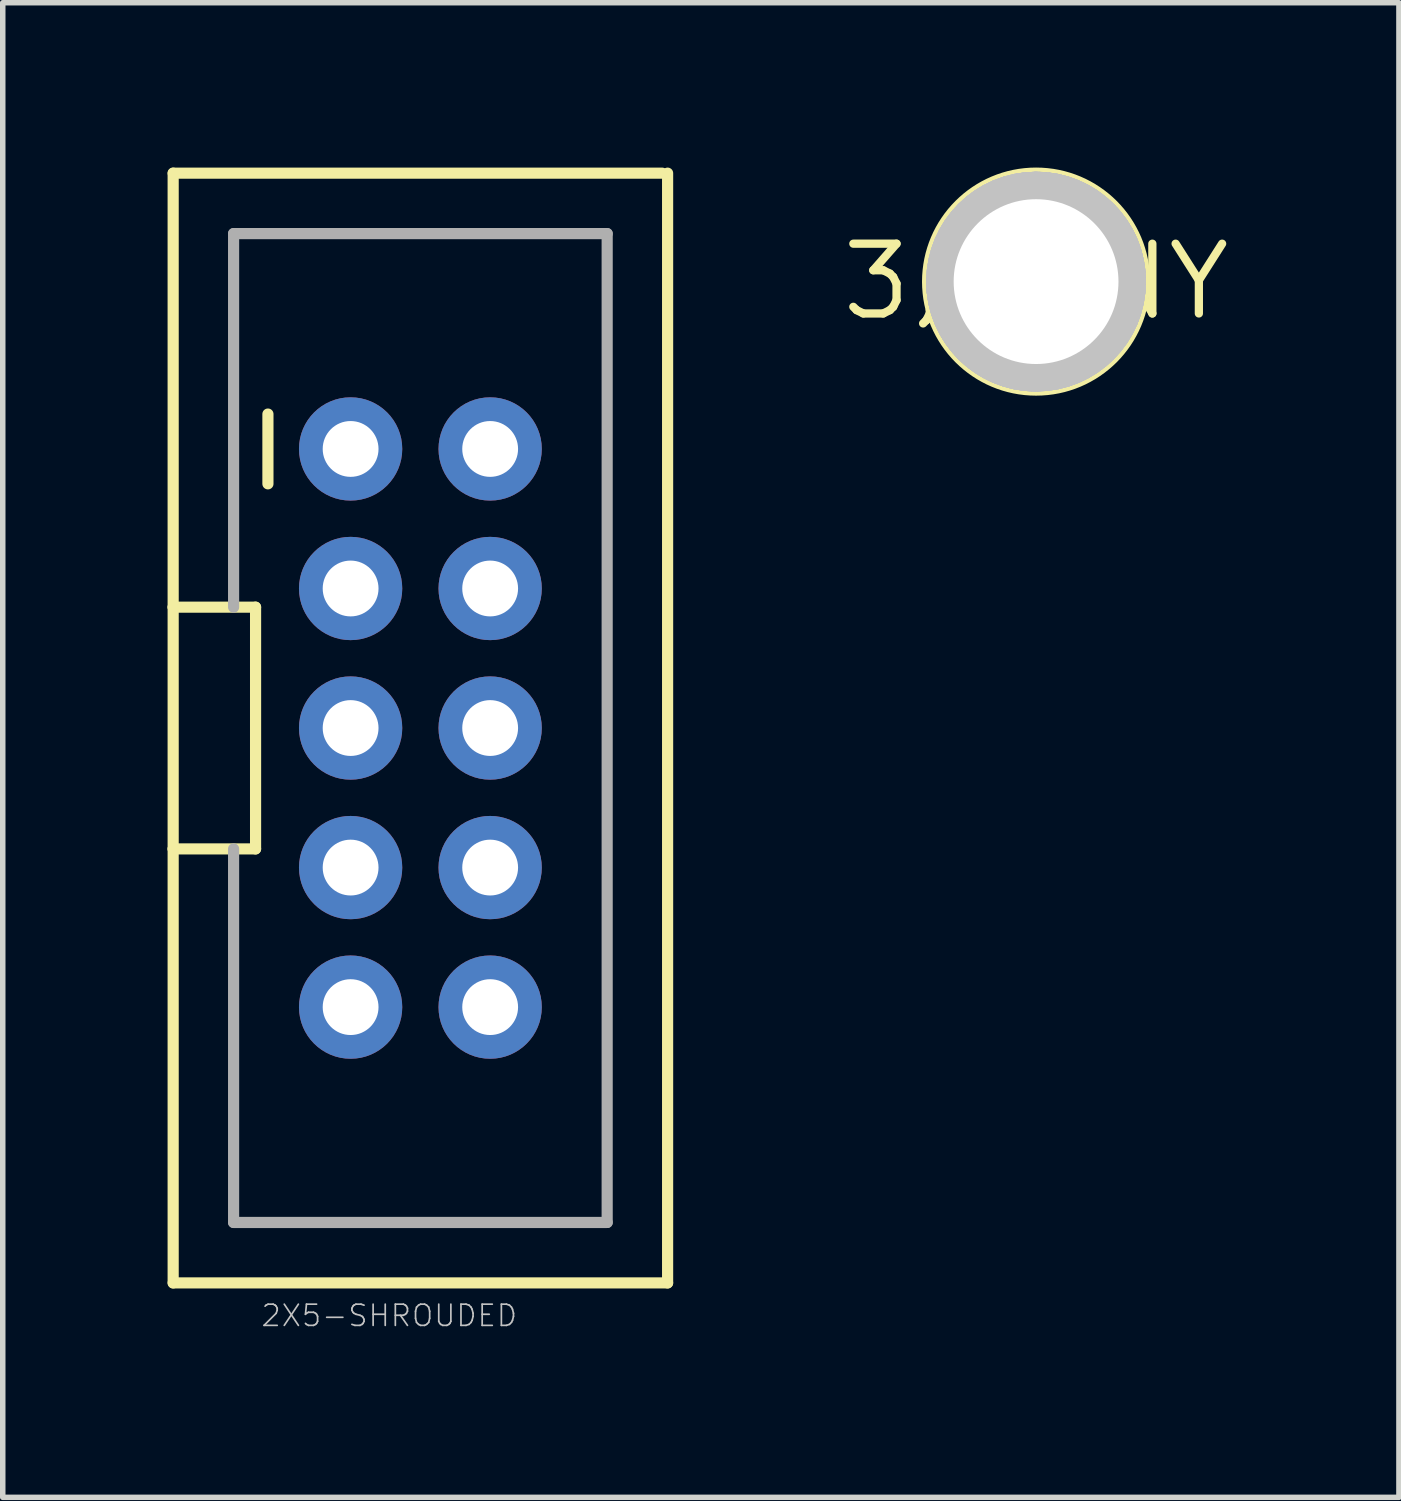
<source format=kicad_pcb>
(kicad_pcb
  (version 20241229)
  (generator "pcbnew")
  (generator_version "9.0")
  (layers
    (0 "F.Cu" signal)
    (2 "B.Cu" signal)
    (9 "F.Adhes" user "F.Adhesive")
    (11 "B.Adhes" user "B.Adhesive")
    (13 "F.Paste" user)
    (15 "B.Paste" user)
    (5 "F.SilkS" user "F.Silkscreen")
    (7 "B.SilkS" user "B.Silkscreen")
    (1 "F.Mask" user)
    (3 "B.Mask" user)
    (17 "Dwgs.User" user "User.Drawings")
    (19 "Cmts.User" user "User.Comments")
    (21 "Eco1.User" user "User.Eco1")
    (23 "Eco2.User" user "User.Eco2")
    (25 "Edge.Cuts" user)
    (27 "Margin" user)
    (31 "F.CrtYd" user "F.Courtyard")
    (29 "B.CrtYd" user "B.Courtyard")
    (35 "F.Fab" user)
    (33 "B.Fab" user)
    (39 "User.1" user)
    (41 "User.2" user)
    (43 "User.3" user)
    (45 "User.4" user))
  (footprint "3,0TINY"
    (layer "F.Cu")
    (at 15.809 2.076)
    (property "Reference" "3,0TINY" (at 0 0 0) (layer "F.SilkS") (effects (font (size 1.27 1.27) (thickness 0.15))))
    (attr through_hole)
    (fp_circle (center 0 0) (end 1.5 0) (stroke (width 0.203) (type solid)) (fill no) (layer "F.SilkS"))
    (fp_circle (center 0 0) (end 2 0) (stroke (width 0.152) (type solid)) (fill no) (layer "F.SilkS"))
    (fp_circle (center 0 0) (end 1 0) (stroke (width 2) (type solid)) (fill no) (layer "Dwgs.User"))
    (fp_circle (center 0 0) (end 1 0) (stroke (width 2) (type solid)) (fill no) (layer "Dwgs.User"))
    (fp_circle (center 0 0) (end 1 0) (stroke (width 2) (type solid)) (fill no) (layer "Dwgs.User"))
    (fp_circle (center 0 0) (end 1 0) (stroke (width 2) (type solid)) (fill no) (layer "Dwgs.User"))
    (fp_circle (center 0 0) (end 1 0) (stroke (width 2) (type solid)) (fill no) (layer "Dwgs.User"))
    (fp_arc (start 0 -1.5) (mid 1.06066 -1.06066) (end 1.5 0) (stroke (width 1) (type solid)) (layer "F.Fab"))
    (fp_arc (start 0 1.5) (mid -1.06066 1.06066) (end -1.5 0) (stroke (width 1) (type solid)) (layer "F.Fab"))
    (fp_circle (center 0 0) (end 0.635 0) (stroke (width 0.457) (type solid)) (fill no) (layer "F.Fab"))
    (pad "" np_thru_hole circle (at 0 0) (size 3 3) (drill 3) (layers "*.Cu" "*.Mask")))
  (footprint "2X5-SHROUDED"
    (layer "F.Cu")
    (at 4.602 10.202)
    (property "Reference" "2X5-SHROUDED" (at -2.921 10.922 0) (layer "Dwgs.User") (effects (font (size 0.386 0.386) (thickness 0.031)) (justify left bottom)))
    (attr through_hole)
    (fp_line (start -4.5 -10.1) (end 4.4 -10.1) (stroke (width 0.203) (type solid)) (layer "F.SilkS"))
    (fp_line (start -4.5 -2.2) (end -4.5 -10.1) (stroke (width 0.203) (type solid)) (layer "F.SilkS"))
    (fp_line (start -4.5 -2.2) (end -3 -2.2) (stroke (width 0.203) (type solid)) (layer "F.SilkS"))
    (fp_line (start -4.5 2.2) (end -4.5 -2.2) (stroke (width 0.203) (type solid)) (layer "F.SilkS"))
    (fp_line (start -4.5 10.1) (end -4.5 2.2) (stroke (width 0.203) (type solid)) (layer "F.SilkS"))
    (fp_line (start -3 -2.2) (end -3 2.2) (stroke (width 0.203) (type solid)) (layer "F.SilkS"))
    (fp_line (start -3 2.2) (end -4.5 2.2) (stroke (width 0.203) (type solid)) (layer "F.SilkS"))
    (fp_line (start -2.775 -5.715) (end -2.775 -4.445) (stroke (width 0.203) (type solid)) (layer "F.SilkS"))
    (fp_line (start 4.5 -10.1) (end 4.5 10.1) (stroke (width 0.203) (type solid)) (layer "F.SilkS"))
    (fp_line (start 4.5 10.1) (end -4.5 10.1) (stroke (width 0.203) (type solid)) (layer "F.SilkS"))
    (fp_line (start -3.4 -9) (end -3.4 -2.2) (stroke (width 0.203) (type solid)) (layer "F.Fab"))
    (fp_line (start -3.4 -9) (end 3.4 -9) (stroke (width 0.203) (type solid)) (layer "F.Fab"))
    (fp_line (start -3.4 9) (end -3.4 2.2) (stroke (width 0.203) (type solid)) (layer "F.Fab"))
    (fp_line (start -3.4 9) (end 3.4 9) (stroke (width 0.203) (type solid)) (layer "F.Fab"))
    (fp_line (start 3.4 -9) (end 3.4 9) (stroke (width 0.203) (type solid)) (layer "F.Fab"))
    (fp_poly (pts (xy -1.524 -4.826) (xy -1.016 -4.826) (xy -1.016 -5.334) (xy -1.524 -5.334)) (stroke (width 0.1) (type solid)) (fill no) (layer "F.Fab"))
    (fp_poly (pts (xy -1.524 -2.286) (xy -1.016 -2.286) (xy -1.016 -2.794) (xy -1.524 -2.794)) (stroke (width 0.1) (type solid)) (fill no) (layer "F.Fab"))
    (fp_poly (pts (xy -1.524 0.254) (xy -1.016 0.254) (xy -1.016 -0.254) (xy -1.524 -0.254)) (stroke (width 0.1) (type solid)) (fill no) (layer "F.Fab"))
    (fp_poly (pts (xy -1.524 2.794) (xy -1.016 2.794) (xy -1.016 2.286) (xy -1.524 2.286)) (stroke (width 0.1) (type solid)) (fill no) (layer "F.Fab"))
    (fp_poly (pts (xy -1.524 2.794) (xy -1.016 2.794) (xy -1.016 2.286) (xy -1.524 2.286)) (stroke (width 0.1) (type solid)) (fill no) (layer "F.Fab"))
    (fp_poly (pts (xy -1.524 5.334) (xy -1.016 5.334) (xy -1.016 4.826) (xy -1.524 4.826)) (stroke (width 0.1) (type solid)) (fill no) (layer "F.Fab"))
    (fp_poly (pts (xy 1.016 -4.826) (xy 1.524 -4.826) (xy 1.524 -5.334) (xy 1.016 -5.334)) (stroke (width 0.1) (type solid)) (fill no) (layer "F.Fab"))
    (fp_poly (pts (xy 1.016 -2.286) (xy 1.524 -2.286) (xy 1.524 -2.794) (xy 1.016 -2.794)) (stroke (width 0.1) (type solid)) (fill no) (layer "F.Fab"))
    (fp_poly (pts (xy 1.016 0.254) (xy 1.524 0.254) (xy 1.524 -0.254) (xy 1.016 -0.254)) (stroke (width 0.1) (type solid)) (fill no) (layer "F.Fab"))
    (fp_poly (pts (xy 1.016 2.794) (xy 1.524 2.794) (xy 1.524 2.286) (xy 1.016 2.286)) (stroke (width 0.1) (type solid)) (fill no) (layer "F.Fab"))
    (fp_poly (pts (xy 1.016 2.794) (xy 1.524 2.794) (xy 1.524 2.286) (xy 1.016 2.286)) (stroke (width 0.1) (type solid)) (fill no) (layer "F.Fab"))
    (fp_poly (pts (xy 1.016 5.334) (xy 1.524 5.334) (xy 1.524 4.826) (xy 1.016 4.826)) (stroke (width 0.1) (type solid)) (fill no) (layer "F.Fab"))
    (pad "1" thru_hole circle (at -1.27 -5.08 270) (size 1.88 1.88) (drill 1.016) (layers "*.Cu" "*.Mask"))
    (pad "2" thru_hole circle (at 1.27 -5.08 270) (size 1.88 1.88) (drill 1.016) (layers "*.Cu" "*.Mask"))
    (pad "3" thru_hole circle (at -1.27 -2.54 270) (size 1.88 1.88) (drill 1.016) (layers "*.Cu" "*.Mask"))
    (pad "4" thru_hole circle (at 1.27 -2.54 270) (size 1.88 1.88) (drill 1.016) (layers "*.Cu" "*.Mask"))
    (pad "5" thru_hole circle (at -1.27 0 270) (size 1.88 1.88) (drill 1.016) (layers "*.Cu" "*.Mask"))
    (pad "6" thru_hole circle (at 1.27 0 270) (size 1.88 1.88) (drill 1.016) (layers "*.Cu" "*.Mask"))
    (pad "7" thru_hole circle (at -1.27 2.54 270) (size 1.88 1.88) (drill 1.016) (layers "*.Cu" "*.Mask"))
    (pad "8" thru_hole circle (at 1.27 2.54 270) (size 1.88 1.88) (drill 1.016) (layers "*.Cu" "*.Mask"))
    (pad "9" thru_hole circle (at -1.27 5.08 270) (size 1.88 1.88) (drill 1.016) (layers "*.Cu" "*.Mask"))
    (pad "10" thru_hole circle (at 1.27 5.08 270) (size 1.88 1.88) (drill 1.016) (layers "*.Cu" "*.Mask")))
  (gr_rect
    (start -3 -3)
    (end 22.414 24.205)
    (stroke (width 0.1) (type default))
    (fill no)
    (layer "Edge.Cuts")))
</source>
